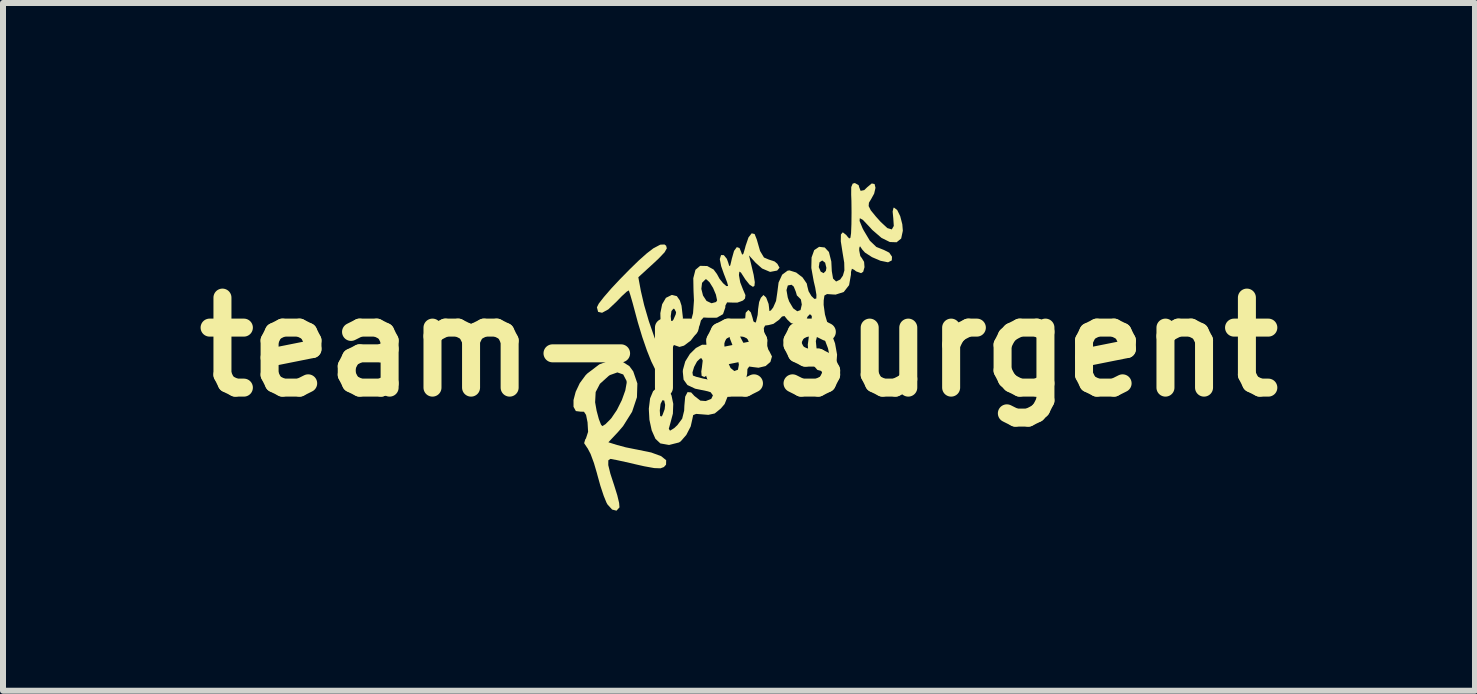
<source format=kicad_pcb>
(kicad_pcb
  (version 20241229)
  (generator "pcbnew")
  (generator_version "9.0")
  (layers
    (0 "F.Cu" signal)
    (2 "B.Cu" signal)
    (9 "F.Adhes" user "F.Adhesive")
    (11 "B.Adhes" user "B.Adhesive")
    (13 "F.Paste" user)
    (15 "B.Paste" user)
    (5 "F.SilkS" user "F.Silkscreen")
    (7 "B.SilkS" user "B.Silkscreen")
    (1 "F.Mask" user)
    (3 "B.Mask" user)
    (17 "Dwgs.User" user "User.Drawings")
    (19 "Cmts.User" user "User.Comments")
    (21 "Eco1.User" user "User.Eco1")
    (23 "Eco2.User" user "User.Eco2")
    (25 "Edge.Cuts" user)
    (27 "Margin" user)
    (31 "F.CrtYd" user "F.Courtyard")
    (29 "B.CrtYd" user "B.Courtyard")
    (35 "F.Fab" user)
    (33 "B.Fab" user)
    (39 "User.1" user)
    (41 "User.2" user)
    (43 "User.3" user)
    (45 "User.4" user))
  (footprint "team-resurgent"
    (layer "F.Cu")
    (at 9.264 2.731)
    (property "Reference" "team-resurgent" (at 0 0 0) (layer "F.SilkS") (effects (font (size 1.5 1.5) (thickness 0.3))))
    (attr board_only exclude_from_pos_files exclude_from_bom)
    (fp_poly (pts (xy -1.214 -1.687) (xy -1.202 -1.643) (xy -1.24 -1.576) (xy -1.338 -1.473) (xy -1.419 -1.397) (xy -1.677 -1.161) (xy -1.635 -0.933) (xy -1.58 -0.697) (xy -1.502 -0.43) (xy -1.411 -0.166) (xy -1.319 0.064) (xy -1.253 0.198) (xy -1.185 0.347) (xy -1.182 0.433) (xy -1.245 0.456) (xy -1.351 0.426) (xy -1.398 0.37) (xy -1.461 0.242) (xy -1.534 0.059) (xy -1.611 -0.164) (xy -1.685 -0.409) (xy -1.727 -0.565) (xy -1.772 -0.733) (xy -1.81 -0.864) (xy -1.833 -0.935) (xy -1.837 -0.941) (xy -1.873 -0.919) (xy -1.952 -0.846) (xy -2.046 -0.749) (xy -2.178 -0.625) (xy -2.281 -0.569) (xy -2.347 -0.584) (xy -2.367 -0.66) (xy -2.336 -0.722) (xy -2.252 -0.83) (xy -2.13 -0.971) (xy -1.982 -1.129) (xy -1.825 -1.289) (xy -1.672 -1.438) (xy -1.536 -1.559) (xy -1.432 -1.639) (xy -1.423 -1.645) (xy -1.311 -1.704) (xy -1.242 -1.707)) (stroke (width 0) (type solid)) (fill yes) (layer "F.SilkS"))
    (fp_poly (pts (xy -1.969 0.23) (xy -1.826 0.32) (xy -1.762 0.407) (xy -1.693 0.609) (xy -1.7 0.839) (xy -1.781 1.081) (xy -1.931 1.32) (xy -2.017 1.42) (xy -2.176 1.589) (xy -2.033 1.634) (xy -1.888 1.673) (xy -1.724 1.706) (xy -1.707 1.709) (xy -1.463 1.759) (xy -1.297 1.82) (xy -1.213 1.888) (xy -1.215 1.962) (xy -1.251 2.002) (xy -1.308 2.023) (xy -1.412 2.019) (xy -1.578 1.989) (xy -1.707 1.96) (xy -1.888 1.918) (xy -2.035 1.886) (xy -2.127 1.868) (xy -2.143 1.866) (xy -2.177 1.89) (xy -2.178 1.969) (xy -2.143 2.112) (xy -2.078 2.311) (xy -2.028 2.471) (xy -1.997 2.6) (xy -1.991 2.673) (xy -1.991 2.674) (xy -2.041 2.729) (xy -2.114 2.71) (xy -2.191 2.625) (xy -2.208 2.594) (xy -2.254 2.481) (xy -2.309 2.315) (xy -2.361 2.128) (xy -2.365 2.111) (xy -2.417 1.934) (xy -2.473 1.783) (xy -2.523 1.688) (xy -2.529 1.681) (xy -2.58 1.604) (xy -2.561 1.54) (xy -2.55 1.526) (xy -2.514 1.415) (xy -2.523 1.257) (xy -2.548 1.133) (xy -2.583 1.08) (xy -2.638 1.079) (xy -2.718 1.069) (xy -2.757 0.998) (xy -2.757 0.923) (xy -2.397 0.923) (xy -2.372 1.064) (xy -2.335 1.202) (xy -2.299 1.295) (xy -2.277 1.32) (xy -2.225 1.288) (xy -2.146 1.209) (xy -2.125 1.185) (xy -2.034 1.051) (xy -1.952 0.887) (xy -1.894 0.725) (xy -1.871 0.597) (xy -1.873 0.567) (xy -1.929 0.459) (xy -2.026 0.425) (xy -2.15 0.469) (xy -2.172 0.484) (xy -2.317 0.615) (xy -2.388 0.752) (xy -2.397 0.923) (xy -2.757 0.923) (xy -2.757 0.885) (xy -2.721 0.748) (xy -2.653 0.604) (xy -2.556 0.472) (xy -2.526 0.442) (xy -2.327 0.291) (xy -2.138 0.22)) (stroke (width 0) (type solid)) (fill yes) (layer "F.SilkS"))
    (fp_poly (pts (xy 0.261 -1.881) (xy 0.297 -1.79) (xy 0.352 -1.598) (xy 0.417 -1.49) (xy 0.494 -1.457) (xy 0.594 -1.424) (xy 0.64 -1.385) (xy 0.676 -1.32) (xy 0.639 -1.275) (xy 0.634 -1.272) (xy 0.519 -1.25) (xy 0.385 -1.307) (xy 0.277 -1.403) (xy 0.167 -1.525) (xy 0.199 -1.394) (xy 0.245 -1.2) (xy 0.264 -1.079) (xy 0.258 -1.017) (xy 0.233 -1.001) (xy 0.177 -1.037) (xy 0.106 -1.125) (xy 0.091 -1.149) (xy 0.033 -1.239) (xy 0.007 -1.255) (xy 0.00024 -1.204) (xy 0.00017 -1.193) (xy 0.021 -1.076) (xy 0.067 -0.958) (xy 0.108 -0.863) (xy 0.101 -0.807) (xy 0.067 -0.773) (xy -0.027 -0.738) (xy -0.114 -0.739) (xy -0.198 -0.742) (xy -0.226 -0.689) (xy -0.228 -0.655) (xy -0.266 -0.546) (xy -0.368 -0.487) (xy -0.506 -0.486) (xy -0.591 -0.49) (xy -0.634 -0.441) (xy -0.653 -0.367) (xy -0.708 -0.23) (xy -0.804 -0.105) (xy -0.916 -0.021) (xy -0.991 0) (xy -1.081 -0.031) (xy -1.178 -0.107) (xy -1.179 -0.109) (xy -1.262 -0.24) (xy -1.305 -0.399) (xy -1.309 -0.512) (xy -1.137 -0.512) (xy -1.13 -0.433) (xy -1.107 -0.435) (xy -1.092 -0.455) (xy -1.053 -0.545) (xy -1.048 -0.58) (xy -1.076 -0.633) (xy -1.092 -0.637) (xy -1.125 -0.598) (xy -1.137 -0.512) (xy -1.309 -0.512) (xy -1.31 -0.563) (xy -1.28 -0.711) (xy -1.217 -0.818) (xy -1.122 -0.865) (xy -1.111 -0.865) (xy -1.035 -0.846) (xy -0.985 -0.774) (xy -0.957 -0.687) (xy -0.934 -0.485) (xy -0.954 -0.391) (xy -0.977 -0.299) (xy -0.944 -0.278) (xy -0.875 -0.311) (xy -0.808 -0.402) (xy -0.765 -0.563) (xy -0.75 -0.773) (xy -0.757 -0.926) (xy -0.758 -0.967) (xy -0.627 -0.967) (xy -0.599 -0.856) (xy -0.54 -0.766) (xy -0.458 -0.728) (xy -0.456 -0.728) (xy -0.382 -0.748) (xy -0.364 -0.775) (xy -0.384 -0.871) (xy -0.431 -0.982) (xy -0.49 -1.077) (xy -0.543 -1.126) (xy -0.557 -1.127) (xy -0.615 -1.068) (xy -0.627 -0.967) (xy -0.758 -0.967) (xy -0.761 -1.145) (xy -0.725 -1.285) (xy -0.647 -1.351) (xy -0.529 -1.348) (xy -0.423 -1.29) (xy -0.367 -1.215) (xy -0.324 -1.136) (xy -0.265 -1.062) (xy -0.21 -1.014) (xy -0.183 -1.015) (xy -0.182 -1.02) (xy -0.198 -1.078) (xy -0.238 -1.183) (xy -0.25 -1.213) (xy -0.296 -1.344) (xy -0.318 -1.453) (xy -0.319 -1.466) (xy -0.298 -1.531) (xy -0.252 -1.529) (xy -0.202 -1.468) (xy -0.18 -1.408) (xy -0.161 -1.346) (xy -0.145 -1.358) (xy -0.123 -1.451) (xy -0.12 -1.466) (xy -0.082 -1.6) (xy -0.036 -1.663) (xy 0.009 -1.648) (xy 0.034 -1.588) (xy 0.053 -1.536) (xy 0.074 -1.554) (xy 0.102 -1.649) (xy 0.11 -1.682) (xy 0.159 -1.825) (xy 0.212 -1.893)) (stroke (width 0) (type solid)) (fill yes) (layer "F.SilkS"))
    (fp_poly (pts (xy 1.994 -2.696) (xy 2.003 -2.663) (xy 2.027 -2.601) (xy 2.087 -2.613) (xy 2.139 -2.663) (xy 2.213 -2.724) (xy 2.26 -2.714) (xy 2.275 -2.651) (xy 2.253 -2.555) (xy 2.204 -2.466) (xy 2.166 -2.403) (xy 2.161 -2.347) (xy 2.196 -2.277) (xy 2.28 -2.174) (xy 2.362 -2.083) (xy 2.473 -1.98) (xy 2.547 -1.958) (xy 2.58 -2.016) (xy 2.572 -2.139) (xy 2.561 -2.256) (xy 2.575 -2.317) (xy 2.583 -2.322) (xy 2.637 -2.281) (xy 2.687 -2.179) (xy 2.722 -2.044) (xy 2.731 -1.936) (xy 2.703 -1.806) (xy 2.627 -1.744) (xy 2.514 -1.748) (xy 2.375 -1.817) (xy 2.222 -1.949) (xy 2.169 -2.007) (xy 2.067 -2.115) (xy 2.014 -2.145) (xy 2.01 -2.099) (xy 2.059 -1.979) (xy 2.077 -1.944) (xy 2.181 -1.77) (xy 2.289 -1.666) (xy 2.417 -1.615) (xy 2.504 -1.571) (xy 2.55 -1.504) (xy 2.547 -1.442) (xy 2.487 -1.411) (xy 2.479 -1.411) (xy 2.357 -1.436) (xy 2.217 -1.496) (xy 2.1 -1.572) (xy 2.054 -1.623) (xy 2.017 -1.678) (xy 2.005 -1.65) (xy 2.004 -1.607) (xy 2.022 -1.515) (xy 2.048 -1.479) (xy 2.085 -1.418) (xy 2.092 -1.329) (xy 2.07 -1.252) (xy 2.035 -1.229) (xy 1.952 -1.259) (xy 1.921 -1.284) (xy 1.882 -1.303) (xy 1.867 -1.249) (xy 1.866 -1.203) (xy 1.835 -1.029) (xy 1.746 -0.915) (xy 1.611 -0.872) (xy 1.565 -0.874) (xy 1.468 -0.881) (xy 1.424 -0.856) (xy 1.412 -0.775) (xy 1.411 -0.701) (xy 1.433 -0.54) (xy 1.488 -0.353) (xy 1.524 -0.266) (xy 1.601 -0.06) (xy 1.635 0.129) (xy 1.624 0.28) (xy 1.584 0.355) (xy 1.499 0.397) (xy 1.409 0.41) (xy 1.307 0.383) (xy 1.226 0.291) (xy 1.207 0.257) (xy 1.158 0.124) (xy 1.147 -0.038) (xy 1.155 -0.097) (xy 1.281 -0.097) (xy 1.293 0.025) (xy 1.336 0.129) (xy 1.401 0.181) (xy 1.413 0.182) (xy 1.487 0.151) (xy 1.502 0.109) (xy 1.483 0.022) (xy 1.437 -0.1) (xy 1.427 -0.123) (xy 1.375 -0.22) (xy 1.34 -0.242) (xy 1.309 -0.205) (xy 1.281 -0.097) (xy 1.155 -0.097) (xy 1.174 -0.251) (xy 1.21 -0.421) (xy 1.214 -0.516) (xy 1.183 -0.546) (xy 1.141 -0.502) (xy 1.125 -0.455) (xy 1.068 -0.384) (xy 0.97 -0.365) (xy 0.866 -0.398) (xy 0.808 -0.453) (xy 0.758 -0.515) (xy 0.717 -0.506) (xy 0.669 -0.453) (xy 0.574 -0.384) (xy 0.495 -0.364) (xy 0.436 -0.356) (xy 0.414 -0.313) (xy 0.422 -0.213) (xy 0.429 -0.171) (xy 0.458 -0.041) (xy 0.492 0.051) (xy 0.503 0.066) (xy 0.55 0.159) (xy 0.524 0.25) (xy 0.444 0.319) (xy 0.326 0.347) (xy 0.251 0.338) (xy 0.171 0.327) (xy 0.141 0.368) (xy 0.137 0.449) (xy 0.108 0.58) (xy 0.035 0.646) (xy -0.065 0.649) (xy -0.175 0.588) (xy -0.277 0.467) (xy -0.303 0.419) (xy -0.393 0.239) (xy -0.45 0.37) (xy -0.511 0.462) (xy -0.577 0.501) (xy -0.578 0.501) (xy -0.622 0.482) (xy -0.628 0.411) (xy -0.617 0.337) (xy -0.604 0.228) (xy -0.623 0.19) (xy -0.646 0.192) (xy -0.699 0.243) (xy -0.748 0.334) (xy -0.775 0.426) (xy -0.767 0.477) (xy -0.712 0.498) (xy -0.598 0.527) (xy -0.522 0.542) (xy -0.33 0.604) (xy -0.217 0.698) (xy -0.185 0.817) (xy -0.239 0.952) (xy -0.303 1.027) (xy -0.404 1.109) (xy -0.51 1.132) (xy -0.599 1.125) (xy -0.713 1.116) (xy -0.763 1.136) (xy -0.774 1.19) (xy -0.804 1.324) (xy -0.877 1.466) (xy -0.97 1.573) (xy -0.999 1.592) (xy -1.165 1.634) (xy -1.31 1.608) (xy -1.392 1.531) (xy -1.454 1.391) (xy -1.492 1.215) (xy -1.501 1.057) (xy -1.319 1.057) (xy -1.319 1.061) (xy -1.313 1.151) (xy -1.291 1.16) (xy -1.275 1.138) (xy -1.238 1.038) (xy -1.23 0.965) (xy -1.245 0.894) (xy -1.275 0.888) (xy -1.306 0.949) (xy -1.319 1.057) (xy -1.501 1.057) (xy -1.502 1.028) (xy -1.481 0.858) (xy -1.431 0.738) (xy -1.341 0.654) (xy -1.255 0.647) (xy -1.18 0.703) (xy -1.124 0.808) (xy -1.095 0.949) (xy -1.101 1.112) (xy -1.139 1.255) (xy -1.169 1.364) (xy -1.149 1.396) (xy -1.079 1.353) (xy -1.027 1.304) (xy -0.946 1.195) (xy -0.913 1.061) (xy -0.91 0.983) (xy -0.896 0.829) (xy -0.857 0.753) (xy -0.797 0.758) (xy -0.743 0.817) (xy -0.643 0.895) (xy -0.553 0.902) (xy -0.462 0.866) (xy -0.434 0.808) (xy -0.472 0.755) (xy -0.523 0.739) (xy -0.73 0.696) (xy -0.859 0.635) (xy -0.923 0.545) (xy -0.936 0.414) (xy -0.934 0.382) (xy -0.895 0.242) (xy -0.817 0.116) (xy -0.717 0.018) (xy -0.613 -0.037) (xy -0.521 -0.035) (xy -0.473 0.008) (xy -0.436 0.02) (xy -0.404 -0.038) (xy -0.351 -0.123) (xy -0.296 -0.12) (xy -0.251 -0.031) (xy -0.247 -0.011) (xy -0.214 0.131) (xy -0.186 0.25) (xy -0.14 0.351) (xy -0.077 0.402) (xy -0.017 0.38) (xy -0.001 0.296) (xy -0.027 0.165) (xy -0.095 0.004) (xy -0.096 0.001) (xy -0.154 -0.148) (xy -0.161 -0.258) (xy -0.116 -0.315) (xy -0.09 -0.319) (xy -0.043 -0.281) (xy 0.014 -0.186) (xy 0.03 -0.15) (xy 0.092 -0.033) (xy 0.165 0.063) (xy 0.231 0.117) (xy 0.263 0.116) (xy 0.255 0.07) (xy 0.221 -0.034) (xy 0.181 -0.138) (xy 0.127 -0.311) (xy 0.103 -0.462) (xy 0.112 -0.569) (xy 0.154 -0.614) (xy 0.159 -0.615) (xy 0.198 -0.575) (xy 0.228 -0.48) (xy 0.228 -0.478) (xy 0.249 -0.393) (xy 0.269 -0.39) (xy 0.286 -0.425) (xy 0.312 -0.535) (xy 0.319 -0.63) (xy 0.336 -0.748) (xy 0.365 -0.819) (xy 0.408 -0.865) (xy 0.448 -0.828) (xy 0.455 -0.819) (xy 0.494 -0.716) (xy 0.501 -0.66) (xy 0.507 -0.597) (xy 0.532 -0.608) (xy 0.57 -0.657) (xy 0.618 -0.766) (xy 0.637 -0.894) (xy 0.644 -0.947) (xy 0.792 -0.947) (xy 0.813 -0.824) (xy 0.837 -0.756) (xy 0.904 -0.643) (xy 0.972 -0.594) (xy 1.026 -0.614) (xy 1.047 -0.706) (xy 1.032 -0.791) (xy 1.005 -0.819) (xy 0.965 -0.858) (xy 0.948 -0.918) (xy 0.913 -1.005) (xy 0.876 -1.036) (xy 0.814 -1.024) (xy 0.792 -0.947) (xy 0.644 -0.947) (xy 0.66 -1.073) (xy 0.72 -1.204) (xy 0.809 -1.27) (xy 0.841 -1.275) (xy 0.953 -1.24) (xy 1.06 -1.158) (xy 1.13 -1.056) (xy 1.139 -1.011) (xy 1.16 -0.928) (xy 1.207 -0.848) (xy 1.257 -0.8) (xy 1.289 -0.806) (xy 1.291 -0.867) (xy 1.271 -0.987) (xy 1.246 -1.093) (xy 1.206 -1.314) (xy 1.206 -1.33) (xy 1.33 -1.33) (xy 1.362 -1.255) (xy 1.41 -1.229) (xy 1.448 -1.267) (xy 1.457 -1.317) (xy 1.436 -1.404) (xy 1.388 -1.44) (xy 1.342 -1.41) (xy 1.33 -1.33) (xy 1.206 -1.33) (xy 1.21 -1.491) (xy 1.254 -1.613) (xy 1.336 -1.668) (xy 1.429 -1.657) (xy 1.499 -1.582) (xy 1.539 -1.423) (xy 1.547 -1.263) (xy 1.568 -1.139) (xy 1.619 -1.09) (xy 1.687 -1.123) (xy 1.732 -1.188) (xy 1.757 -1.275) (xy 1.754 -1.404) (xy 1.726 -1.574) (xy 1.697 -1.76) (xy 1.699 -1.874) (xy 1.73 -1.91) (xy 1.788 -1.865) (xy 1.802 -1.846) (xy 1.837 -1.807) (xy 1.857 -1.819) (xy 1.868 -1.894) (xy 1.874 -2.047) (xy 1.874 -2.051) (xy 1.876 -2.243) (xy 1.874 -2.432) (xy 1.87 -2.538) (xy 1.871 -2.664) (xy 1.895 -2.721) (xy 1.931 -2.731)) (stroke (width 0) (type solid)) (fill yes) (layer "F.SilkS")))
  (gr_rect
    (start -3 -3)
    (end 21.529 8.46)
    (stroke (width 0.1) (type default))
    (fill no)
    (layer "Edge.Cuts")))
</source>
